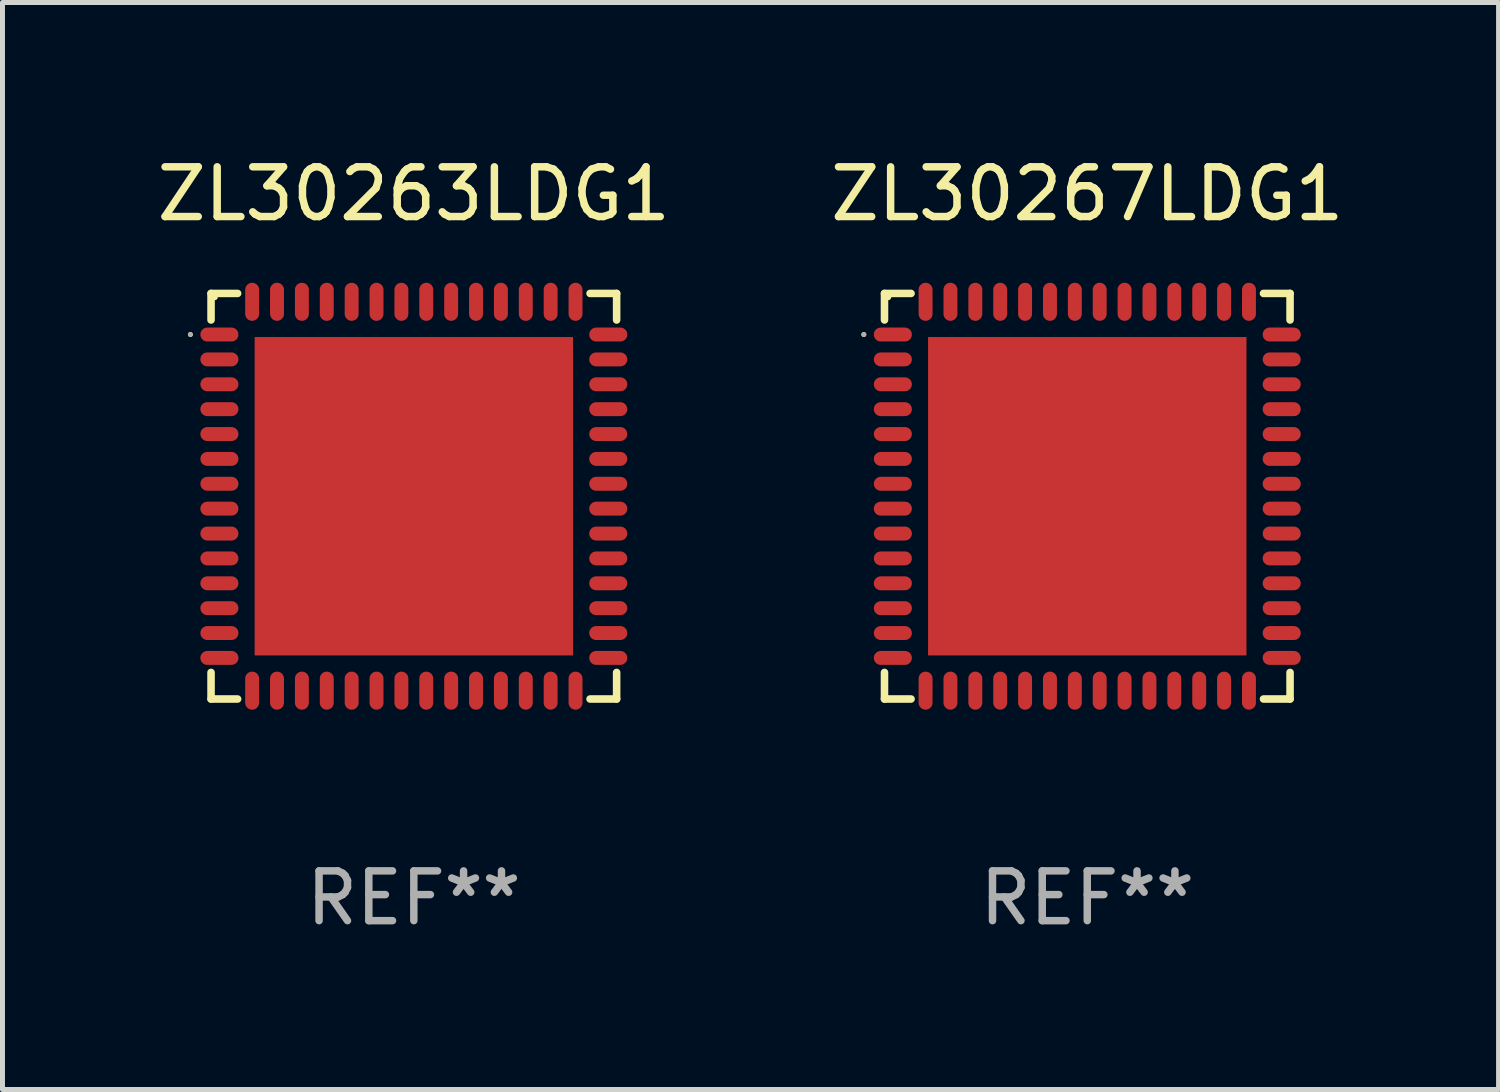
<source format=kicad_pcb>
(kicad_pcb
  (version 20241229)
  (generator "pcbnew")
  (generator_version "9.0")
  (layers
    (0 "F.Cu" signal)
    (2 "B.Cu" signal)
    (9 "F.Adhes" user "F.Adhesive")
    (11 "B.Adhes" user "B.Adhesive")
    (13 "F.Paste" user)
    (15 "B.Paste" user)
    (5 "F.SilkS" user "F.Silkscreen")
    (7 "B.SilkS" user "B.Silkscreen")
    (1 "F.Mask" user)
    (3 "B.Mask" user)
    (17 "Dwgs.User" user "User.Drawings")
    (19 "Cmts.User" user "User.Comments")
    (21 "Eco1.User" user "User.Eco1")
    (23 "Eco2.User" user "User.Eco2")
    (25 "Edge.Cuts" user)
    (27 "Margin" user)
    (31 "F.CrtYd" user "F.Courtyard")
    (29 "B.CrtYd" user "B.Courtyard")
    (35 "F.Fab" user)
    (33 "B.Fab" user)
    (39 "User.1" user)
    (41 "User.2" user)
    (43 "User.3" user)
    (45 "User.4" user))
  (footprint "ZL30263LDG1"
    (layer "F.Cu")
    (at 5.268 6.924)
    (property "Reference" "ZL30263LDG1" (at 0 -6.076 0) (layer "F.SilkS") (effects (font (size 1 1) (thickness 0.15))))
    (attr through_hole)
    (fp_line (start -4.076 -4.076) (end -3.542 -4.076) (stroke (width 0.152) (type solid)) (layer "F.SilkS"))
    (fp_line (start -4.076 -3.542) (end -4.076 -4.076) (stroke (width 0.152) (type solid)) (layer "F.SilkS"))
    (fp_line (start -4.076 3.542) (end -4.076 4.076) (stroke (width 0.152) (type solid)) (layer "F.SilkS"))
    (fp_line (start -4.076 4.076) (end -3.542 4.076) (stroke (width 0.152) (type solid)) (layer "F.SilkS"))
    (fp_line (start 4.076 -4.076) (end 3.542 -4.076) (stroke (width 0.152) (type solid)) (layer "F.SilkS"))
    (fp_line (start 4.076 -3.542) (end 4.076 -4.076) (stroke (width 0.152) (type solid)) (layer "F.SilkS"))
    (fp_line (start 4.076 3.542) (end 4.076 4.076) (stroke (width 0.152) (type solid)) (layer "F.SilkS"))
    (fp_line (start 4.076 4.076) (end 3.542 4.076) (stroke (width 0.152) (type solid)) (layer "F.SilkS"))
    (fp_circle (center -4.491 -3.25) (end -4.466 -3.25) (stroke (width 0.05) (type solid)) (fill no) (layer "F.SilkS"))
    (fp_circle (center -4 -4) (end -3.97 -4) (stroke (width 0.06) (type solid)) (fill no) (layer "F.SilkS"))
    (fp_circle (center -4.491 -3.25) (end -4.466 -3.25) (stroke (width 0.05) (type solid)) (fill no) (layer "F.Fab"))
    (fp_text user "REF**" (at 0 8.076 0) (layer "F.Fab") (effects (font (size 1 1) (thickness 0.15))))
    (pad "1" smd oval (at -3.908 -3.25) (size 0.765 0.28) (layers "F.Cu" "F.Mask" "F.Paste"))
    (pad "2" smd oval (at -3.908 -2.75) (size 0.765 0.28) (layers "F.Cu" "F.Mask" "F.Paste"))
    (pad "3" smd oval (at -3.908 -2.25) (size 0.765 0.28) (layers "F.Cu" "F.Mask" "F.Paste"))
    (pad "4" smd oval (at -3.908 -1.75) (size 0.765 0.28) (layers "F.Cu" "F.Mask" "F.Paste"))
    (pad "5" smd oval (at -3.908 -1.25) (size 0.765 0.28) (layers "F.Cu" "F.Mask" "F.Paste"))
    (pad "6" smd oval (at -3.908 -0.75) (size 0.765 0.28) (layers "F.Cu" "F.Mask" "F.Paste"))
    (pad "7" smd oval (at -3.908 -0.25) (size 0.765 0.28) (layers "F.Cu" "F.Mask" "F.Paste"))
    (pad "8" smd oval (at -3.908 0.25) (size 0.765 0.28) (layers "F.Cu" "F.Mask" "F.Paste"))
    (pad "9" smd oval (at -3.908 0.75) (size 0.765 0.28) (layers "F.Cu" "F.Mask" "F.Paste"))
    (pad "10" smd oval (at -3.908 1.25) (size 0.765 0.28) (layers "F.Cu" "F.Mask" "F.Paste"))
    (pad "11" smd oval (at -3.908 1.75) (size 0.765 0.28) (layers "F.Cu" "F.Mask" "F.Paste"))
    (pad "12" smd oval (at -3.908 2.25) (size 0.765 0.28) (layers "F.Cu" "F.Mask" "F.Paste"))
    (pad "13" smd oval (at -3.908 2.75) (size 0.765 0.28) (layers "F.Cu" "F.Mask" "F.Paste"))
    (pad "14" smd oval (at -3.908 3.25) (size 0.765 0.28) (layers "F.Cu" "F.Mask" "F.Paste"))
    (pad "15" smd oval (at -3.25 3.908) (size 0.28 0.765) (layers "F.Cu" "F.Mask" "F.Paste"))
    (pad "16" smd oval (at -2.75 3.908) (size 0.28 0.765) (layers "F.Cu" "F.Mask" "F.Paste"))
    (pad "17" smd oval (at -2.25 3.908) (size 0.28 0.765) (layers "F.Cu" "F.Mask" "F.Paste"))
    (pad "18" smd oval (at -1.75 3.908) (size 0.28 0.765) (layers "F.Cu" "F.Mask" "F.Paste"))
    (pad "19" smd oval (at -1.25 3.908) (size 0.28 0.765) (layers "F.Cu" "F.Mask" "F.Paste"))
    (pad "20" smd oval (at -0.75 3.908) (size 0.28 0.765) (layers "F.Cu" "F.Mask" "F.Paste"))
    (pad "21" smd oval (at -0.25 3.908) (size 0.28 0.765) (layers "F.Cu" "F.Mask" "F.Paste"))
    (pad "22" smd oval (at 0.25 3.908) (size 0.28 0.765) (layers "F.Cu" "F.Mask" "F.Paste"))
    (pad "23" smd oval (at 0.75 3.908) (size 0.28 0.765) (layers "F.Cu" "F.Mask" "F.Paste"))
    (pad "24" smd oval (at 1.25 3.908) (size 0.28 0.765) (layers "F.Cu" "F.Mask" "F.Paste"))
    (pad "25" smd oval (at 1.75 3.908) (size 0.28 0.765) (layers "F.Cu" "F.Mask" "F.Paste"))
    (pad "26" smd oval (at 2.25 3.908) (size 0.28 0.765) (layers "F.Cu" "F.Mask" "F.Paste"))
    (pad "27" smd oval (at 2.75 3.908) (size 0.28 0.765) (layers "F.Cu" "F.Mask" "F.Paste"))
    (pad "28" smd oval (at 3.25 3.908) (size 0.28 0.765) (layers "F.Cu" "F.Mask" "F.Paste"))
    (pad "29" smd oval (at 3.908 3.25) (size 0.765 0.28) (layers "F.Cu" "F.Mask" "F.Paste"))
    (pad "30" smd oval (at 3.908 2.75) (size 0.765 0.28) (layers "F.Cu" "F.Mask" "F.Paste"))
    (pad "31" smd oval (at 3.908 2.25) (size 0.765 0.28) (layers "F.Cu" "F.Mask" "F.Paste"))
    (pad "32" smd oval (at 3.908 1.75) (size 0.765 0.28) (layers "F.Cu" "F.Mask" "F.Paste"))
    (pad "33" smd oval (at 3.908 1.25) (size 0.765 0.28) (layers "F.Cu" "F.Mask" "F.Paste"))
    (pad "34" smd oval (at 3.908 0.75) (size 0.765 0.28) (layers "F.Cu" "F.Mask" "F.Paste"))
    (pad "35" smd oval (at 3.908 0.25) (size 0.765 0.28) (layers "F.Cu" "F.Mask" "F.Paste"))
    (pad "36" smd oval (at 3.908 -0.25) (size 0.765 0.28) (layers "F.Cu" "F.Mask" "F.Paste"))
    (pad "37" smd oval (at 3.908 -0.75) (size 0.765 0.28) (layers "F.Cu" "F.Mask" "F.Paste"))
    (pad "38" smd oval (at 3.908 -1.25) (size 0.765 0.28) (layers "F.Cu" "F.Mask" "F.Paste"))
    (pad "39" smd oval (at 3.908 -1.75) (size 0.765 0.28) (layers "F.Cu" "F.Mask" "F.Paste"))
    (pad "40" smd oval (at 3.908 -2.25) (size 0.765 0.28) (layers "F.Cu" "F.Mask" "F.Paste"))
    (pad "41" smd oval (at 3.908 -2.75) (size 0.765 0.28) (layers "F.Cu" "F.Mask" "F.Paste"))
    (pad "42" smd oval (at 3.908 -3.25) (size 0.765 0.28) (layers "F.Cu" "F.Mask" "F.Paste"))
    (pad "43" smd oval (at 3.25 -3.908) (size 0.28 0.765) (layers "F.Cu" "F.Mask" "F.Paste"))
    (pad "44" smd oval (at 2.75 -3.908) (size 0.28 0.765) (layers "F.Cu" "F.Mask" "F.Paste"))
    (pad "45" smd oval (at 2.25 -3.908) (size 0.28 0.765) (layers "F.Cu" "F.Mask" "F.Paste"))
    (pad "46" smd oval (at 1.75 -3.908) (size 0.28 0.765) (layers "F.Cu" "F.Mask" "F.Paste"))
    (pad "47" smd oval (at 1.25 -3.908) (size 0.28 0.765) (layers "F.Cu" "F.Mask" "F.Paste"))
    (pad "48" smd oval (at 0.75 -3.908) (size 0.28 0.765) (layers "F.Cu" "F.Mask" "F.Paste"))
    (pad "49" smd oval (at 0.25 -3.908) (size 0.28 0.765) (layers "F.Cu" "F.Mask" "F.Paste"))
    (pad "50" smd oval (at -0.25 -3.908) (size 0.28 0.765) (layers "F.Cu" "F.Mask" "F.Paste"))
    (pad "51" smd oval (at -0.75 -3.908) (size 0.28 0.765) (layers "F.Cu" "F.Mask" "F.Paste"))
    (pad "52" smd oval (at -1.25 -3.908) (size 0.28 0.765) (layers "F.Cu" "F.Mask" "F.Paste"))
    (pad "53" smd oval (at -1.75 -3.908) (size 0.28 0.765) (layers "F.Cu" "F.Mask" "F.Paste"))
    (pad "54" smd oval (at -2.25 -3.908) (size 0.28 0.765) (layers "F.Cu" "F.Mask" "F.Paste"))
    (pad "55" smd oval (at -2.75 -3.908) (size 0.28 0.765) (layers "F.Cu" "F.Mask" "F.Paste"))
    (pad "56" smd oval (at -3.25 -3.908) (size 0.28 0.765) (layers "F.Cu" "F.Mask" "F.Paste"))
    (pad "57" smd rect (at 0 0) (size 6.4 6.4) (layers "F.Cu" "F.Mask" "F.Paste")))
  (footprint "ZL30267LDG1"
    (layer "F.Cu")
    (at 18.804 6.924)
    (property "Reference" "ZL30267LDG1" (at 0 -6.076 0) (layer "F.SilkS") (effects (font (size 1 1) (thickness 0.15))))
    (attr through_hole)
    (fp_line (start -4.076 -4.076) (end -3.542 -4.076) (stroke (width 0.152) (type solid)) (layer "F.SilkS"))
    (fp_line (start -4.076 -3.542) (end -4.076 -4.076) (stroke (width 0.152) (type solid)) (layer "F.SilkS"))
    (fp_line (start -4.076 3.542) (end -4.076 4.076) (stroke (width 0.152) (type solid)) (layer "F.SilkS"))
    (fp_line (start -4.076 4.076) (end -3.542 4.076) (stroke (width 0.152) (type solid)) (layer "F.SilkS"))
    (fp_line (start 4.076 -4.076) (end 3.542 -4.076) (stroke (width 0.152) (type solid)) (layer "F.SilkS"))
    (fp_line (start 4.076 -3.542) (end 4.076 -4.076) (stroke (width 0.152) (type solid)) (layer "F.SilkS"))
    (fp_line (start 4.076 3.542) (end 4.076 4.076) (stroke (width 0.152) (type solid)) (layer "F.SilkS"))
    (fp_line (start 4.076 4.076) (end 3.542 4.076) (stroke (width 0.152) (type solid)) (layer "F.SilkS"))
    (fp_circle (center -4.491 -3.25) (end -4.466 -3.25) (stroke (width 0.05) (type solid)) (fill no) (layer "F.SilkS"))
    (fp_circle (center -4 -4) (end -3.97 -4) (stroke (width 0.06) (type solid)) (fill no) (layer "F.SilkS"))
    (fp_circle (center -4.491 -3.25) (end -4.466 -3.25) (stroke (width 0.05) (type solid)) (fill no) (layer "F.Fab"))
    (fp_text user "REF**" (at 0 8.076 0) (layer "F.Fab") (effects (font (size 1 1) (thickness 0.15))))
    (pad "1" smd oval (at -3.908 -3.25) (size 0.765 0.28) (layers "F.Cu" "F.Mask" "F.Paste"))
    (pad "2" smd oval (at -3.908 -2.75) (size 0.765 0.28) (layers "F.Cu" "F.Mask" "F.Paste"))
    (pad "3" smd oval (at -3.908 -2.25) (size 0.765 0.28) (layers "F.Cu" "F.Mask" "F.Paste"))
    (pad "4" smd oval (at -3.908 -1.75) (size 0.765 0.28) (layers "F.Cu" "F.Mask" "F.Paste"))
    (pad "5" smd oval (at -3.908 -1.25) (size 0.765 0.28) (layers "F.Cu" "F.Mask" "F.Paste"))
    (pad "6" smd oval (at -3.908 -0.75) (size 0.765 0.28) (layers "F.Cu" "F.Mask" "F.Paste"))
    (pad "7" smd oval (at -3.908 -0.25) (size 0.765 0.28) (layers "F.Cu" "F.Mask" "F.Paste"))
    (pad "8" smd oval (at -3.908 0.25) (size 0.765 0.28) (layers "F.Cu" "F.Mask" "F.Paste"))
    (pad "9" smd oval (at -3.908 0.75) (size 0.765 0.28) (layers "F.Cu" "F.Mask" "F.Paste"))
    (pad "10" smd oval (at -3.908 1.25) (size 0.765 0.28) (layers "F.Cu" "F.Mask" "F.Paste"))
    (pad "11" smd oval (at -3.908 1.75) (size 0.765 0.28) (layers "F.Cu" "F.Mask" "F.Paste"))
    (pad "12" smd oval (at -3.908 2.25) (size 0.765 0.28) (layers "F.Cu" "F.Mask" "F.Paste"))
    (pad "13" smd oval (at -3.908 2.75) (size 0.765 0.28) (layers "F.Cu" "F.Mask" "F.Paste"))
    (pad "14" smd oval (at -3.908 3.25) (size 0.765 0.28) (layers "F.Cu" "F.Mask" "F.Paste"))
    (pad "15" smd oval (at -3.25 3.908) (size 0.28 0.765) (layers "F.Cu" "F.Mask" "F.Paste"))
    (pad "16" smd oval (at -2.75 3.908) (size 0.28 0.765) (layers "F.Cu" "F.Mask" "F.Paste"))
    (pad "17" smd oval (at -2.25 3.908) (size 0.28 0.765) (layers "F.Cu" "F.Mask" "F.Paste"))
    (pad "18" smd oval (at -1.75 3.908) (size 0.28 0.765) (layers "F.Cu" "F.Mask" "F.Paste"))
    (pad "19" smd oval (at -1.25 3.908) (size 0.28 0.765) (layers "F.Cu" "F.Mask" "F.Paste"))
    (pad "20" smd oval (at -0.75 3.908) (size 0.28 0.765) (layers "F.Cu" "F.Mask" "F.Paste"))
    (pad "21" smd oval (at -0.25 3.908) (size 0.28 0.765) (layers "F.Cu" "F.Mask" "F.Paste"))
    (pad "22" smd oval (at 0.25 3.908) (size 0.28 0.765) (layers "F.Cu" "F.Mask" "F.Paste"))
    (pad "23" smd oval (at 0.75 3.908) (size 0.28 0.765) (layers "F.Cu" "F.Mask" "F.Paste"))
    (pad "24" smd oval (at 1.25 3.908) (size 0.28 0.765) (layers "F.Cu" "F.Mask" "F.Paste"))
    (pad "25" smd oval (at 1.75 3.908) (size 0.28 0.765) (layers "F.Cu" "F.Mask" "F.Paste"))
    (pad "26" smd oval (at 2.25 3.908) (size 0.28 0.765) (layers "F.Cu" "F.Mask" "F.Paste"))
    (pad "27" smd oval (at 2.75 3.908) (size 0.28 0.765) (layers "F.Cu" "F.Mask" "F.Paste"))
    (pad "28" smd oval (at 3.25 3.908) (size 0.28 0.765) (layers "F.Cu" "F.Mask" "F.Paste"))
    (pad "29" smd oval (at 3.908 3.25) (size 0.765 0.28) (layers "F.Cu" "F.Mask" "F.Paste"))
    (pad "30" smd oval (at 3.908 2.75) (size 0.765 0.28) (layers "F.Cu" "F.Mask" "F.Paste"))
    (pad "31" smd oval (at 3.908 2.25) (size 0.765 0.28) (layers "F.Cu" "F.Mask" "F.Paste"))
    (pad "32" smd oval (at 3.908 1.75) (size 0.765 0.28) (layers "F.Cu" "F.Mask" "F.Paste"))
    (pad "33" smd oval (at 3.908 1.25) (size 0.765 0.28) (layers "F.Cu" "F.Mask" "F.Paste"))
    (pad "34" smd oval (at 3.908 0.75) (size 0.765 0.28) (layers "F.Cu" "F.Mask" "F.Paste"))
    (pad "35" smd oval (at 3.908 0.25) (size 0.765 0.28) (layers "F.Cu" "F.Mask" "F.Paste"))
    (pad "36" smd oval (at 3.908 -0.25) (size 0.765 0.28) (layers "F.Cu" "F.Mask" "F.Paste"))
    (pad "37" smd oval (at 3.908 -0.75) (size 0.765 0.28) (layers "F.Cu" "F.Mask" "F.Paste"))
    (pad "38" smd oval (at 3.908 -1.25) (size 0.765 0.28) (layers "F.Cu" "F.Mask" "F.Paste"))
    (pad "39" smd oval (at 3.908 -1.75) (size 0.765 0.28) (layers "F.Cu" "F.Mask" "F.Paste"))
    (pad "40" smd oval (at 3.908 -2.25) (size 0.765 0.28) (layers "F.Cu" "F.Mask" "F.Paste"))
    (pad "41" smd oval (at 3.908 -2.75) (size 0.765 0.28) (layers "F.Cu" "F.Mask" "F.Paste"))
    (pad "42" smd oval (at 3.908 -3.25) (size 0.765 0.28) (layers "F.Cu" "F.Mask" "F.Paste"))
    (pad "43" smd oval (at 3.25 -3.908) (size 0.28 0.765) (layers "F.Cu" "F.Mask" "F.Paste"))
    (pad "44" smd oval (at 2.75 -3.908) (size 0.28 0.765) (layers "F.Cu" "F.Mask" "F.Paste"))
    (pad "45" smd oval (at 2.25 -3.908) (size 0.28 0.765) (layers "F.Cu" "F.Mask" "F.Paste"))
    (pad "46" smd oval (at 1.75 -3.908) (size 0.28 0.765) (layers "F.Cu" "F.Mask" "F.Paste"))
    (pad "47" smd oval (at 1.25 -3.908) (size 0.28 0.765) (layers "F.Cu" "F.Mask" "F.Paste"))
    (pad "48" smd oval (at 0.75 -3.908) (size 0.28 0.765) (layers "F.Cu" "F.Mask" "F.Paste"))
    (pad "49" smd oval (at 0.25 -3.908) (size 0.28 0.765) (layers "F.Cu" "F.Mask" "F.Paste"))
    (pad "50" smd oval (at -0.25 -3.908) (size 0.28 0.765) (layers "F.Cu" "F.Mask" "F.Paste"))
    (pad "51" smd oval (at -0.75 -3.908) (size 0.28 0.765) (layers "F.Cu" "F.Mask" "F.Paste"))
    (pad "52" smd oval (at -1.25 -3.908) (size 0.28 0.765) (layers "F.Cu" "F.Mask" "F.Paste"))
    (pad "53" smd oval (at -1.75 -3.908) (size 0.28 0.765) (layers "F.Cu" "F.Mask" "F.Paste"))
    (pad "54" smd oval (at -2.25 -3.908) (size 0.28 0.765) (layers "F.Cu" "F.Mask" "F.Paste"))
    (pad "55" smd oval (at -2.75 -3.908) (size 0.28 0.765) (layers "F.Cu" "F.Mask" "F.Paste"))
    (pad "56" smd oval (at -3.25 -3.908) (size 0.28 0.765) (layers "F.Cu" "F.Mask" "F.Paste"))
    (pad "57" smd rect (at 0 0) (size 6.4 6.4) (layers "F.Cu" "F.Mask" "F.Paste")))
  (gr_rect
    (start -3 -3)
    (end 27.071 18.849)
    (stroke (width 0.1) (type default))
    (fill no)
    (layer "Edge.Cuts")))
</source>
